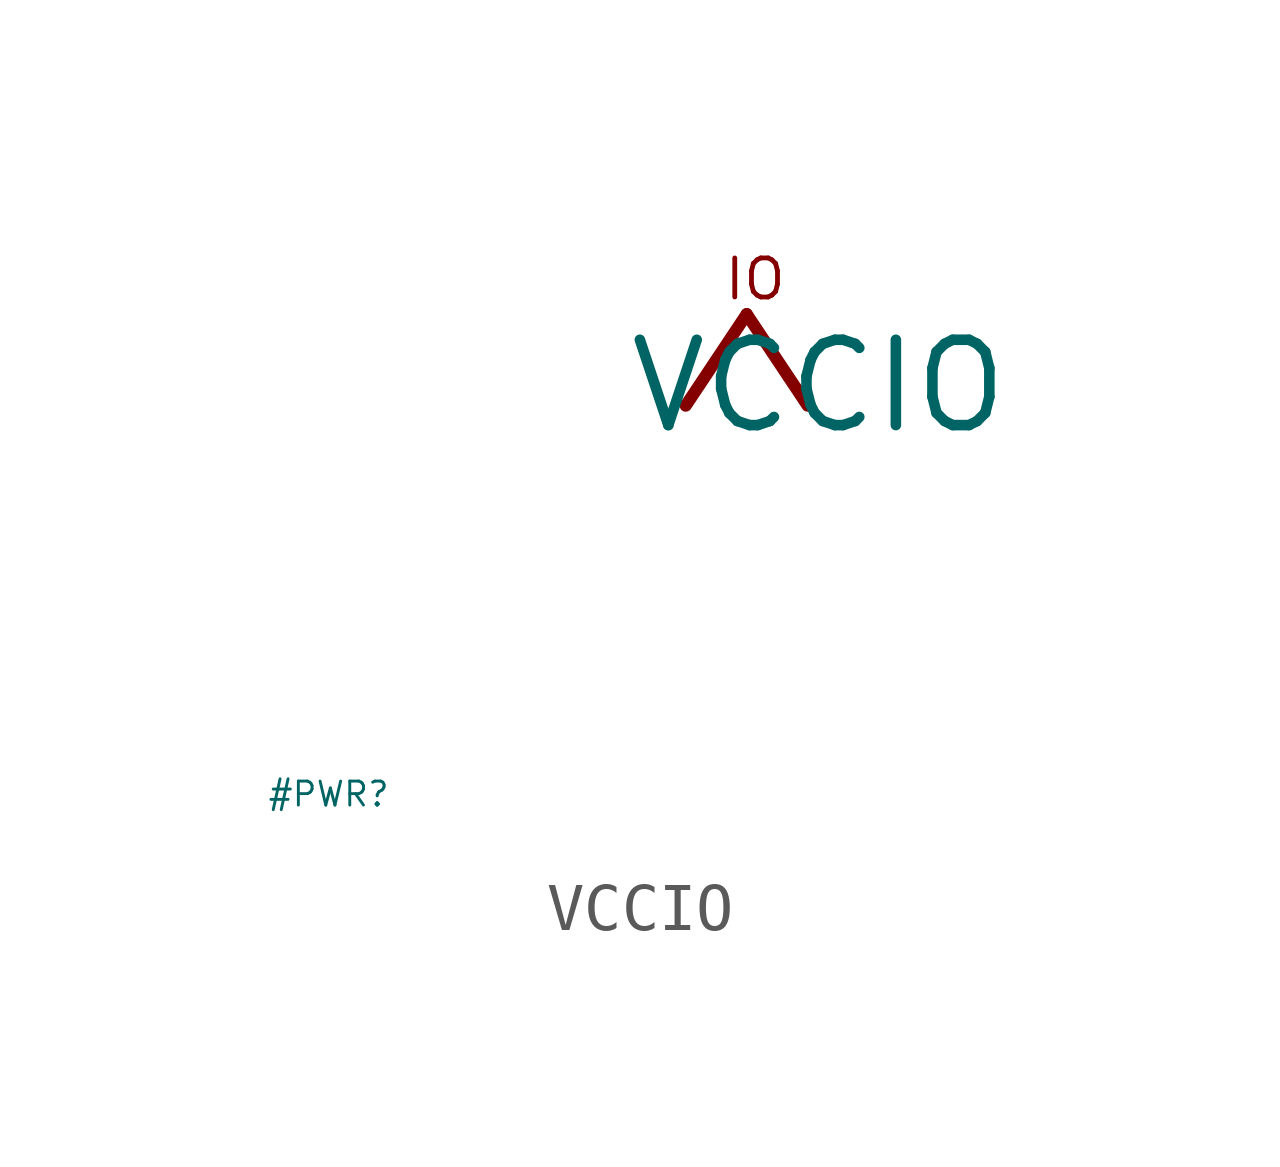
<source format=kicad_sym>
(kicad_symbol_lib
  (version 20220914)
  (generator Eagle2Kicad)
  (symbol "VCCIO"
    (power)
    (pin_names
      (offset 0))
    (property "Reference" "#PWR"
      (at -10 -10 0)
      (effects (font (size 0.5 0.5) (thickness 0.06)) (justify left)))
    (property "Value" "VCCIO"
      (at -2.54 -2.54 0)
      (effects (font (size 1.778 1.778) (thickness 0.22)) (justify left bottom)))
    (polyline
      (pts (xy 1.27 -1.905) (xy 0 0))
      (stroke (width 0.254) (type default))
      (fill (type none)))
    (polyline
      (pts (xy 0 0) (xy -1.27 -1.905))
      (stroke (width 0.254) (type default))
      (fill (type none)))
    (text "IO"
      (at -0.508 0.254 0)
      (effects (font (size 0.813 0.813) (thickness 0.10)) (justify left bottom)))
    (pin power_in line
      (at 0 -2.54 90)
      (length 2.54) hide
      (name "VCCIO" (effects (font (size 0.635 0.635) (thickness 0.08)) (justify left bottom)))
      (number "1" (effects (font (size 0.635 0.635) (thickness 0.08)) (justify left bottom))))))
</source>
